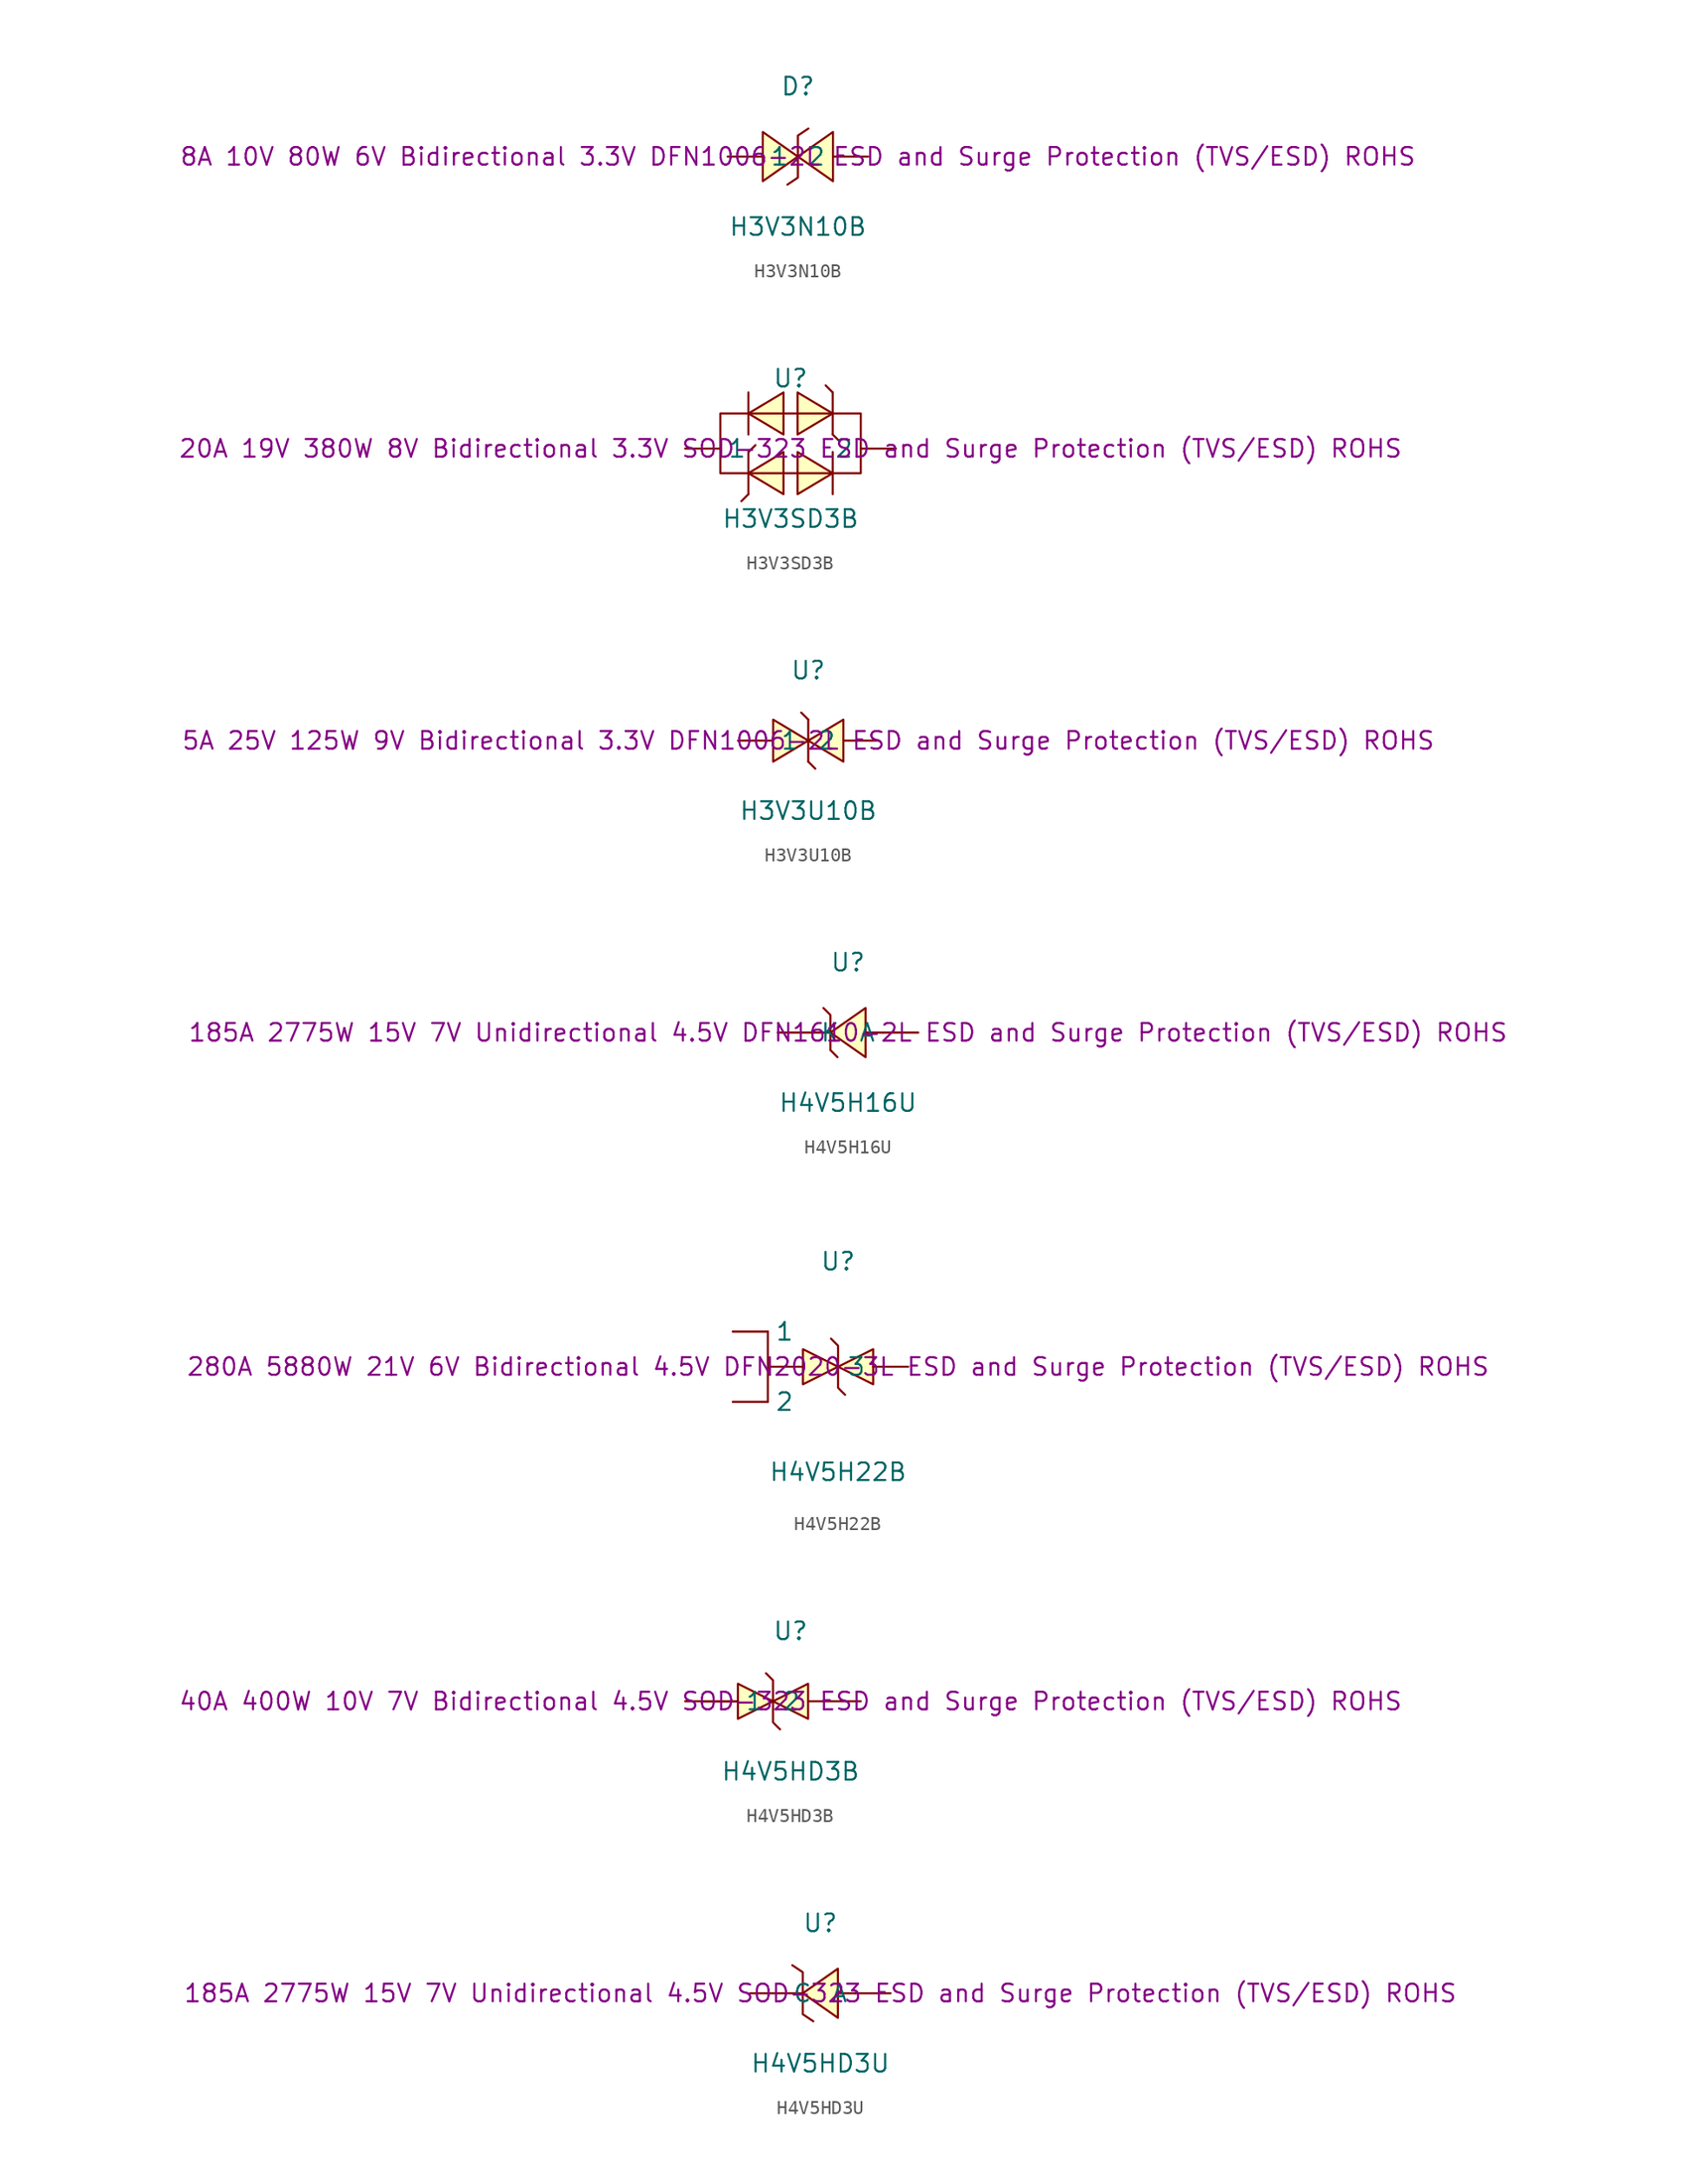
<source format=kicad_sym>
(kicad_symbol_lib
  (version 20241209)
  (generator "kicad_symbol_editor")
  (generator_version "9.0")
  (symbol "H3V3N10B"
    (pin_numbers
      (hide yes))
    (property "Reference" "D"
      (at 0 5.08 0)
      (effects (font (size 1.27 1.27))))
    (property "Value" "H3V3N10B"
      (at 0 -5.08 0)
      (effects (font (size 1.27 1.27))))
    (property "Description" "8A 10V 80W 6V Bidirectional 3.3V DFN1006-2L ESD and Surge Protection (TVS/ESD) ROHS"
      (at 0 0 0)
      (effects (font (size 1.27 1.27))))
    (symbol "H3V3N10B_0_1"
      (polyline (pts (xy -2.54 -1.78) (xy 0 0) (xy -2.54 1.78) (xy -2.54 -1.78)) (stroke (width 0) (type default)) (fill (type background)))
      (polyline (pts (xy 0.76 2.03) (xy 0 1.52) (xy 0 -1.52) (xy -0.76 -2.03)) (stroke (width 0) (type default)) (fill (type none)))
      (polyline (pts (xy 2.54 1.78) (xy 0 0) (xy 2.54 -1.78) (xy 2.54 1.78)) (stroke (width 0) (type default)) (fill (type background)))
      (pin unspecified line (at -5.08 0 0) (length 2.54) (name "1" (effects (font (size 1.27 1.27)))) (number "1" (effects (font (size 1.27 1.27)))))
      (pin unspecified line (at 5.08 0 180) (length 2.54) (name "2" (effects (font (size 1.27 1.27)))) (number "2" (effects (font (size 1.27 1.27)))))))
  (symbol "H3V3SD3B"
    (pin_numbers
      (hide yes))
    (property "Reference" "U"
      (at 0 5.08 0)
      (effects (font (size 1.27 1.27))))
    (property "Value" "H3V3SD3B"
      (at 0 -5.08 0)
      (effects (font (size 1.27 1.27))))
    (property "Description" "20A 19V 380W 8V Bidirectional 3.3V SOD-323 ESD and Surge Protection (TVS/ESD) ROHS"
      (at 0 0 0)
      (effects (font (size 1.27 1.27))))
    (symbol "H3V3SD3B_0_1"
      (polyline (pts (xy -5.08 0) (xy -5.08 -1.78) (xy 5.08 -1.78) (xy 5.08 0)) (stroke (width 0) (type default)) (fill (type none)))
      (polyline (pts (xy -3.05 1.02) (xy -3.05 4.06)) (stroke (width 0) (type default)) (fill (type none)))
      (polyline (pts (xy -3.05 -0.25) (xy -2.54 0.25) (xy -3.05 -0.25)) (stroke (width 0) (type default)) (fill (type background)))
      (polyline (pts (xy -3.05 -3.3) (xy -3.05 -0.25)) (stroke (width 0) (type default)) (fill (type none)))
      (polyline (pts (xy -3.05 -3.3) (xy -3.56 -3.81) (xy -3.05 -3.3)) (stroke (width 0) (type default)) (fill (type background)))
      (polyline (pts (xy -0.51 4.06) (xy -3.05 2.54) (xy -0.51 1.02) (xy -0.51 4.06)) (stroke (width 0) (type default)) (fill (type background)))
      (polyline (pts (xy -0.51 -0.25) (xy -3.05 -1.78) (xy -0.51 -3.3) (xy -0.51 -0.25)) (stroke (width 0) (type default)) (fill (type background)))
      (polyline (pts (xy 0.51 4.06) (xy 3.05 2.54) (xy 0.51 1.02) (xy 0.51 4.06)) (stroke (width 0) (type default)) (fill (type background)))
      (polyline (pts (xy 0.51 -0.25) (xy 3.05 -1.78) (xy 0.51 -3.3) (xy 0.51 -0.25)) (stroke (width 0) (type default)) (fill (type background)))
      (polyline (pts (xy 3.05 4.06) (xy 2.54 4.57) (xy 3.05 4.06)) (stroke (width 0) (type default)) (fill (type background)))
      (polyline (pts (xy 3.05 1.02) (xy 3.05 4.06)) (stroke (width 0) (type default)) (fill (type none)))
      (polyline (pts (xy 3.05 1.02) (xy 3.56 0.51) (xy 3.05 1.02)) (stroke (width 0) (type default)) (fill (type background)))
      (polyline (pts (xy 3.05 -3.3) (xy 3.05 -0.25)) (stroke (width 0) (type default)) (fill (type none)))
      (polyline (pts (xy 5.08 0) (xy 5.08 2.54) (xy -5.08 2.54) (xy -5.08 0)) (stroke (width 0) (type default)) (fill (type none)))
      (pin unspecified line (at -7.62 0 0) (length 2.54) (name "1" (effects (font (size 1.27 1.27)))) (number "1" (effects (font (size 1.27 1.27)))))
      (pin unspecified line (at 7.62 0 180) (length 2.54) (name "2" (effects (font (size 1.27 1.27)))) (number "2" (effects (font (size 1.27 1.27)))))))
  (symbol "H3V3U10B"
    (pin_numbers
      (hide yes))
    (property "Reference" "U"
      (at 0 5.08 0)
      (effects (font (size 1.27 1.27))))
    (property "Value" "H3V3U10B"
      (at 0 -5.08 0)
      (effects (font (size 1.27 1.27))))
    (property "Description" "5A 25V 125W 9V Bidirectional 3.3V DFN1006-2L ESD and Surge Protection (TVS/ESD) ROHS"
      (at 0 0 0)
      (effects (font (size 1.27 1.27))))
    (symbol "H3V3U10B_0_1"
      (polyline (pts (xy -2.54 1.52) (xy 0 0) (xy -2.54 -1.52) (xy -2.54 1.52)) (stroke (width 0) (type default)) (fill (type background)))
      (polyline (pts (xy 0 1.52) (xy -0.51 2.03) (xy 0 1.52)) (stroke (width 0) (type default)) (fill (type background)))
      (polyline (pts (xy 0 -1.52) (xy 0 1.52)) (stroke (width 0) (type default)) (fill (type none)))
      (polyline (pts (xy 0 -1.52) (xy 0.51 -2.03) (xy 0 -1.52)) (stroke (width 0) (type default)) (fill (type background)))
      (polyline (pts (xy 2.54 1.52) (xy 0 0) (xy 2.54 -1.52) (xy 2.54 1.52)) (stroke (width 0) (type default)) (fill (type background)))
      (pin unspecified line (at -5.08 0 0) (length 2.54) (name "1" (effects (font (size 1.27 1.27)))) (number "1" (effects (font (size 1.27 1.27)))))
      (pin unspecified line (at 5.08 0 180) (length 2.54) (name "2" (effects (font (size 1.27 1.27)))) (number "2" (effects (font (size 1.27 1.27)))))))
  (symbol "H4V5H16U"
    (pin_numbers
      (hide yes))
    (property "Reference" "U"
      (at 0 5.08 0)
      (effects (font (size 1.27 1.27))))
    (property "Value" "H4V5H16U"
      (at 0 -5.08 0)
      (effects (font (size 1.27 1.27))))
    (property "Description" "185A 2775W 15V 7V Unidirectional 4.5V DFN1610-2L ESD and Surge Protection (TVS/ESD) ROHS"
      (at 0 0 0)
      (effects (font (size 1.27 1.27))))
    (symbol "H4V5H16U_0_1"
      (polyline (pts (xy -1.78 1.78) (xy -1.27 1.27) (xy -1.27 -1.27) (xy -0.76 -1.78)) (stroke (width 0) (type default)) (fill (type none)))
      (polyline (pts (xy -1.27 0) (xy -2.54 0)) (stroke (width 0) (type default)) (fill (type none)))
      (polyline (pts (xy 1.27 1.78) (xy -1.27 0) (xy 1.27 -1.78) (xy 1.27 1.78)) (stroke (width 0) (type default)) (fill (type background)))
      (polyline (pts (xy 2.54 0) (xy 1.27 0)) (stroke (width 0) (type default)) (fill (type none)))
      (pin unspecified line (at -5.08 0 0) (length 2.54) (name "K" (effects (font (size 1.27 1.27)))) (number "1" (effects (font (size 1.27 1.27)))))
      (pin unspecified line (at 5.08 0 180) (length 2.54) (name "A" (effects (font (size 1.27 1.27)))) (number "2" (effects (font (size 1.27 1.27)))))))
  (symbol "H4V5H22B"
    (pin_numbers
      (hide yes))
    (property "Reference" "U"
      (at 0 7.62 0)
      (effects (font (size 1.27 1.27))))
    (property "Value" "H4V5H22B"
      (at 0 -7.62 0)
      (effects (font (size 1.27 1.27))))
    (property "Description" "280A 5880W 21V 6V Bidirectional 4.5V DFN2020-3L ESD and Surge Protection (TVS/ESD) ROHS"
      (at 0 0 0)
      (effects (font (size 1.27 1.27))))
    (symbol "H4V5H22B_0_1"
      (polyline (pts (xy -5.08 2.54) (xy -5.08 2.54) (xy -5.08 1.27) (xy -5.08 -2.54) (xy -5.08 -1.27) (xy -5.08 0) (xy -2.54 0)) (stroke (width 0) (type default)) (fill (type none)))
      (polyline (pts (xy -2.54 1.27) (xy 0 0) (xy -2.54 -1.27) (xy -2.54 1.27)) (stroke (width 0) (type default)) (fill (type background)))
      (polyline (pts (xy -0.51 2.03) (xy -0.51 2.03) (xy 0 1.52) (xy 0 -1.52) (xy 0.25 -1.78) (xy 0.51 -2.03)) (stroke (width 0) (type default)) (fill (type none)))
      (polyline (pts (xy 2.54 1.27) (xy 0 0) (xy 2.54 -1.27) (xy 2.54 1.27)) (stroke (width 0) (type default)) (fill (type background)))
      (pin unspecified line (at -7.62 2.54 0) (length 2.54) (name "1" (effects (font (size 1.27 1.27)))) (number "1" (effects (font (size 1.27 1.27)))))
      (pin unspecified line (at -7.62 -2.54 0) (length 2.54) (name "2" (effects (font (size 1.27 1.27)))) (number "2" (effects (font (size 1.27 1.27)))))
      (pin unspecified line (at 5.08 0 180) (length 2.54) (name "3" (effects (font (size 1.27 1.27)))) (number "3" (effects (font (size 1.27 1.27)))))))
  (symbol "H4V5HD3B"
    (pin_numbers
      (hide yes))
    (property "Reference" "U"
      (at 0 5.08 0)
      (effects (font (size 1.27 1.27))))
    (property "Value" "H4V5HD3B"
      (at 0 -5.08 0)
      (effects (font (size 1.27 1.27))))
    (property "Description" "40A 400W 10V 7V Bidirectional 4.5V SOD-323 ESD and Surge Protection (TVS/ESD) ROHS"
      (at 0 0 0)
      (effects (font (size 1.27 1.27))))
    (symbol "H4V5HD3B_0_1"
      (polyline (pts (xy -6.35 0) (xy -6.35 0) (xy -3.81 0)) (stroke (width 0) (type default)) (fill (type none)))
      (polyline (pts (xy -3.81 1.27) (xy -1.27 0) (xy -3.81 -1.27) (xy -3.81 1.27)) (stroke (width 0) (type default)) (fill (type background)))
      (polyline (pts (xy -1.78 2.03) (xy -1.78 2.03) (xy -1.27 1.52) (xy -1.27 -1.52) (xy -1.02 -1.78) (xy -0.76 -2.03)) (stroke (width 0) (type default)) (fill (type none)))
      (polyline (pts (xy 1.27 1.27) (xy -1.27 0) (xy 1.27 -1.27) (xy 1.27 1.27)) (stroke (width 0) (type default)) (fill (type background)))
      (pin unspecified line (at -7.62 0 0) (length 3.81) (name "1" (effects (font (size 1.27 1.27)))) (number "1" (effects (font (size 1.27 1.27)))))
      (pin unspecified line (at 5.08 0 180) (length 3.81) (name "2" (effects (font (size 1.27 1.27)))) (number "2" (effects (font (size 1.27 1.27)))))))
  (symbol "H4V5HD3U"
    (pin_numbers
      (hide yes))
    (property "Reference" "U"
      (at 0 5.08 0)
      (effects (font (size 1.27 1.27))))
    (property "Value" "H4V5HD3U"
      (at 0 -5.08 0)
      (effects (font (size 1.27 1.27))))
    (property "Description" "185A 2775W 15V 7V Unidirectional 4.5V SOD-323 ESD and Surge Protection (TVS/ESD) ROHS"
      (at 0 0 0)
      (effects (font (size 1.27 1.27))))
    (symbol "H4V5HD3U_0_1"
      (polyline (pts (xy -2.03 2.03) (xy -1.27 1.52) (xy -1.27 -1.52) (xy -0.51 -2.03)) (stroke (width 0) (type default)) (fill (type none)))
      (polyline (pts (xy -1.27 0) (xy -2.54 0)) (stroke (width 0) (type default)) (fill (type none)))
      (polyline (pts (xy 1.27 1.78) (xy -1.27 0) (xy 1.27 -1.78) (xy 1.27 1.78)) (stroke (width 0) (type default)) (fill (type background)))
      (polyline (pts (xy 2.54 0) (xy 1.27 0)) (stroke (width 0) (type default)) (fill (type none)))
      (pin unspecified line (at -5.08 0 0) (length 2.54) (name "C" (effects (font (size 1.27 1.27)))) (number "1" (effects (font (size 1.27 1.27)))))
      (pin unspecified line (at 5.08 0 180) (length 2.54) (name "A" (effects (font (size 1.27 1.27)))) (number "2" (effects (font (size 1.27 1.27))))))))
</source>
